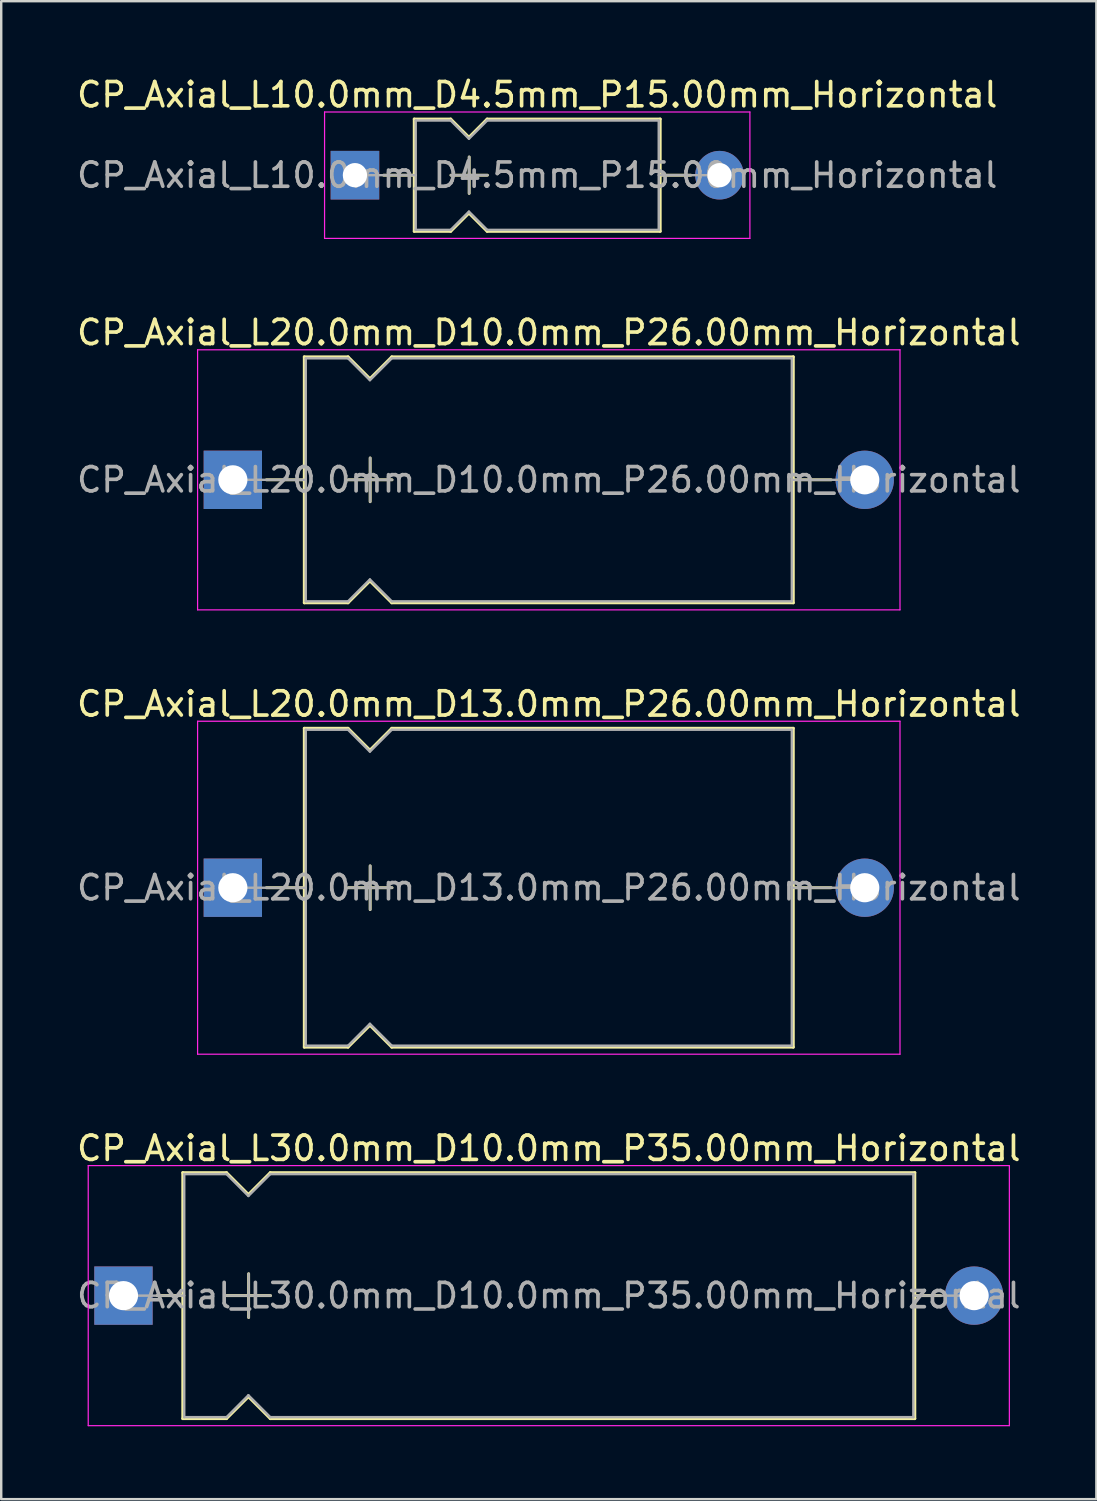
<source format=kicad_pcb>
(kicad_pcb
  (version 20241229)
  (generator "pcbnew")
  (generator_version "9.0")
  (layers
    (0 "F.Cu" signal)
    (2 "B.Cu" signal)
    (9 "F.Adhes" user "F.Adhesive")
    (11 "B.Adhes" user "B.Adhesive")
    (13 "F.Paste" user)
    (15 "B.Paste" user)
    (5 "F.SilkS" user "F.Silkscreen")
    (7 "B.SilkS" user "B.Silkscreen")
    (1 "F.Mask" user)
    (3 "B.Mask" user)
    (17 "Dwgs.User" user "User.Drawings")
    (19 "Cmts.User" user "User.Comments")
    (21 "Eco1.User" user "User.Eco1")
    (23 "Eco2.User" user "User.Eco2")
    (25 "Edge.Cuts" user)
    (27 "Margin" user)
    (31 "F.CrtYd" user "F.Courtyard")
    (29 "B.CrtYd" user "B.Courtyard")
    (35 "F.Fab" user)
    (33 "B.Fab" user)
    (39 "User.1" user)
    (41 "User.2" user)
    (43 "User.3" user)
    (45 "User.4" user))
  (footprint "CP_Axial_L30.0mm_D10.0mm_P35.00mm_Horizontal"
    (layer "F.Cu")
    (at 2.03 50.258)
    (property "Reference" "CP_Axial_L30.0mm_D10.0mm_P35.00mm_Horizontal" (at 17.5 -6.06 0) (layer "F.SilkS") (effects (font (size 1 1) (thickness 0.15))))
    (attr through_hole)
    (fp_line (start 1.38 0) (end 2.44 0) (stroke (width 0.12) (type solid)) (layer "F.SilkS"))
    (fp_line (start 2.44 -5.06) (end 2.44 5.06) (stroke (width 0.12) (type solid)) (layer "F.SilkS"))
    (fp_line (start 2.44 -5.06) (end 4.24 -5.06) (stroke (width 0.12) (type solid)) (layer "F.SilkS"))
    (fp_line (start 2.44 5.06) (end 4.24 5.06) (stroke (width 0.12) (type solid)) (layer "F.SilkS"))
    (fp_line (start 4.24 -5.06) (end 5.14 -4.16) (stroke (width 0.12) (type solid)) (layer "F.SilkS"))
    (fp_line (start 4.24 5.06) (end 5.14 4.16) (stroke (width 0.12) (type solid)) (layer "F.SilkS"))
    (fp_line (start 4.25 0) (end 6.05 0) (stroke (width 0.12) (type solid)) (layer "F.SilkS"))
    (fp_line (start 5.14 -4.16) (end 6.04 -5.06) (stroke (width 0.12) (type solid)) (layer "F.SilkS"))
    (fp_line (start 5.14 4.16) (end 6.04 5.06) (stroke (width 0.12) (type solid)) (layer "F.SilkS"))
    (fp_line (start 5.15 -0.9) (end 5.15 0.9) (stroke (width 0.12) (type solid)) (layer "F.SilkS"))
    (fp_line (start 6.04 -5.06) (end 32.56 -5.06) (stroke (width 0.12) (type solid)) (layer "F.SilkS"))
    (fp_line (start 6.04 5.06) (end 32.56 5.06) (stroke (width 0.12) (type solid)) (layer "F.SilkS"))
    (fp_line (start 32.56 -5.06) (end 32.56 5.06) (stroke (width 0.12) (type solid)) (layer "F.SilkS"))
    (fp_line (start 33.62 0) (end 32.56 0) (stroke (width 0.12) (type solid)) (layer "F.SilkS"))
    (fp_line (start -1.45 -5.35) (end -1.45 5.35) (stroke (width 0.05) (type solid)) (layer "F.CrtYd"))
    (fp_line (start -1.45 5.35) (end 36.45 5.35) (stroke (width 0.05) (type solid)) (layer "F.CrtYd"))
    (fp_line (start 36.45 -5.35) (end -1.45 -5.35) (stroke (width 0.05) (type solid)) (layer "F.CrtYd"))
    (fp_line (start 36.45 5.35) (end 36.45 -5.35) (stroke (width 0.05) (type solid)) (layer "F.CrtYd"))
    (fp_line (start 0 0) (end 2.5 0) (stroke (width 0.1) (type solid)) (layer "F.Fab"))
    (fp_line (start 2.5 -5) (end 2.5 5) (stroke (width 0.1) (type solid)) (layer "F.Fab"))
    (fp_line (start 2.5 -5) (end 4.24 -5) (stroke (width 0.1) (type solid)) (layer "F.Fab"))
    (fp_line (start 2.5 5) (end 4.24 5) (stroke (width 0.1) (type solid)) (layer "F.Fab"))
    (fp_line (start 4.24 -5) (end 5.14 -4.1) (stroke (width 0.1) (type solid)) (layer "F.Fab"))
    (fp_line (start 4.24 5) (end 5.14 4.1) (stroke (width 0.1) (type solid)) (layer "F.Fab"))
    (fp_line (start 4.25 0) (end 6.05 0) (stroke (width 0.1) (type solid)) (layer "F.Fab"))
    (fp_line (start 5.14 -4.1) (end 6.04 -5) (stroke (width 0.1) (type solid)) (layer "F.Fab"))
    (fp_line (start 5.14 4.1) (end 6.04 5) (stroke (width 0.1) (type solid)) (layer "F.Fab"))
    (fp_line (start 5.15 -0.9) (end 5.15 0.9) (stroke (width 0.1) (type solid)) (layer "F.Fab"))
    (fp_line (start 6.04 -5) (end 32.5 -5) (stroke (width 0.1) (type solid)) (layer "F.Fab"))
    (fp_line (start 6.04 5) (end 32.5 5) (stroke (width 0.1) (type solid)) (layer "F.Fab"))
    (fp_line (start 32.5 -5) (end 32.5 5) (stroke (width 0.1) (type solid)) (layer "F.Fab"))
    (fp_line (start 35 0) (end 32.5 0) (stroke (width 0.1) (type solid)) (layer "F.Fab"))
    (fp_text user "${REFERENCE}" (at 17.5 0 0) (layer "F.Fab") (effects (font (size 1 1) (thickness 0.15))))
    (pad "1" thru_hole rect (at 0 0) (size 2.4 2.4) (drill 1.2) (layers "*.Cu" "*.Mask"))
    (pad "2" thru_hole oval (at 35 0) (size 2.4 2.4) (drill 1.2) (layers "*.Cu" "*.Mask")))
  (footprint "CP_Axial_L10.0mm_D4.5mm_P15.00mm_Horizontal"
    (layer "F.Cu")
    (at 11.554 4.158)
    (property "Reference" "CP_Axial_L10.0mm_D4.5mm_P15.00mm_Horizontal" (at 7.5 -3.31 0) (layer "F.SilkS") (effects (font (size 1 1) (thickness 0.15))))
    (attr through_hole)
    (fp_line (start 1.18 0) (end 2.44 0) (stroke (width 0.12) (type solid)) (layer "F.SilkS"))
    (fp_line (start 2.44 -2.31) (end 2.44 2.31) (stroke (width 0.12) (type solid)) (layer "F.SilkS"))
    (fp_line (start 2.44 -2.31) (end 3.94 -2.31) (stroke (width 0.12) (type solid)) (layer "F.SilkS"))
    (fp_line (start 2.44 2.31) (end 3.94 2.31) (stroke (width 0.12) (type solid)) (layer "F.SilkS"))
    (fp_line (start 3.94 -2.31) (end 4.69 -1.56) (stroke (width 0.12) (type solid)) (layer "F.SilkS"))
    (fp_line (start 3.94 2.31) (end 4.69 1.56) (stroke (width 0.12) (type solid)) (layer "F.SilkS"))
    (fp_line (start 3.95 0) (end 5.45 0) (stroke (width 0.12) (type solid)) (layer "F.SilkS"))
    (fp_line (start 4.69 -1.56) (end 5.44 -2.31) (stroke (width 0.12) (type solid)) (layer "F.SilkS"))
    (fp_line (start 4.69 1.56) (end 5.44 2.31) (stroke (width 0.12) (type solid)) (layer "F.SilkS"))
    (fp_line (start 4.7 -0.75) (end 4.7 0.75) (stroke (width 0.12) (type solid)) (layer "F.SilkS"))
    (fp_line (start 5.44 -2.31) (end 12.56 -2.31) (stroke (width 0.12) (type solid)) (layer "F.SilkS"))
    (fp_line (start 5.44 2.31) (end 12.56 2.31) (stroke (width 0.12) (type solid)) (layer "F.SilkS"))
    (fp_line (start 12.56 -2.31) (end 12.56 2.31) (stroke (width 0.12) (type solid)) (layer "F.SilkS"))
    (fp_line (start 13.82 0) (end 12.56 0) (stroke (width 0.12) (type solid)) (layer "F.SilkS"))
    (fp_line (start -1.25 -2.6) (end -1.25 2.6) (stroke (width 0.05) (type solid)) (layer "F.CrtYd"))
    (fp_line (start -1.25 2.6) (end 16.25 2.6) (stroke (width 0.05) (type solid)) (layer "F.CrtYd"))
    (fp_line (start 16.25 -2.6) (end -1.25 -2.6) (stroke (width 0.05) (type solid)) (layer "F.CrtYd"))
    (fp_line (start 16.25 2.6) (end 16.25 -2.6) (stroke (width 0.05) (type solid)) (layer "F.CrtYd"))
    (fp_line (start 0 0) (end 2.5 0) (stroke (width 0.1) (type solid)) (layer "F.Fab"))
    (fp_line (start 2.5 -2.25) (end 2.5 2.25) (stroke (width 0.1) (type solid)) (layer "F.Fab"))
    (fp_line (start 2.5 -2.25) (end 3.94 -2.25) (stroke (width 0.1) (type solid)) (layer "F.Fab"))
    (fp_line (start 2.5 2.25) (end 3.94 2.25) (stroke (width 0.1) (type solid)) (layer "F.Fab"))
    (fp_line (start 3.94 -2.25) (end 4.69 -1.5) (stroke (width 0.1) (type solid)) (layer "F.Fab"))
    (fp_line (start 3.94 2.25) (end 4.69 1.5) (stroke (width 0.1) (type solid)) (layer "F.Fab"))
    (fp_line (start 3.95 0) (end 5.45 0) (stroke (width 0.1) (type solid)) (layer "F.Fab"))
    (fp_line (start 4.69 -1.5) (end 5.44 -2.25) (stroke (width 0.1) (type solid)) (layer "F.Fab"))
    (fp_line (start 4.69 1.5) (end 5.44 2.25) (stroke (width 0.1) (type solid)) (layer "F.Fab"))
    (fp_line (start 4.7 -0.75) (end 4.7 0.75) (stroke (width 0.1) (type solid)) (layer "F.Fab"))
    (fp_line (start 5.44 -2.25) (end 12.5 -2.25) (stroke (width 0.1) (type solid)) (layer "F.Fab"))
    (fp_line (start 5.44 2.25) (end 12.5 2.25) (stroke (width 0.1) (type solid)) (layer "F.Fab"))
    (fp_line (start 12.5 -2.25) (end 12.5 2.25) (stroke (width 0.1) (type solid)) (layer "F.Fab"))
    (fp_line (start 15 0) (end 12.5 0) (stroke (width 0.1) (type solid)) (layer "F.Fab"))
    (fp_text user "${REFERENCE}" (at 7.5 0 0) (layer "F.Fab") (effects (font (size 1 1) (thickness 0.15))))
    (pad "1" thru_hole rect (at 0 0) (size 2 2) (drill 1) (layers "*.Cu" "*.Mask"))
    (pad "2" thru_hole oval (at 15 0) (size 2 2) (drill 1) (layers "*.Cu" "*.Mask")))
  (footprint "CP_Axial_L20.0mm_D13.0mm_P26.00mm_Horizontal"
    (layer "F.Cu")
    (at 6.53 33.475)
    (property "Reference" "CP_Axial_L20.0mm_D13.0mm_P26.00mm_Horizontal" (at 13 -7.56 0) (layer "F.SilkS") (effects (font (size 1 1) (thickness 0.15))))
    (attr through_hole)
    (fp_line (start 1.38 0) (end 2.94 0) (stroke (width 0.12) (type solid)) (layer "F.SilkS"))
    (fp_line (start 2.94 -6.56) (end 2.94 6.56) (stroke (width 0.12) (type solid)) (layer "F.SilkS"))
    (fp_line (start 2.94 -6.56) (end 4.74 -6.56) (stroke (width 0.12) (type solid)) (layer "F.SilkS"))
    (fp_line (start 2.94 6.56) (end 4.74 6.56) (stroke (width 0.12) (type solid)) (layer "F.SilkS"))
    (fp_line (start 4.74 -6.56) (end 5.64 -5.66) (stroke (width 0.12) (type solid)) (layer "F.SilkS"))
    (fp_line (start 4.74 6.56) (end 5.64 5.66) (stroke (width 0.12) (type solid)) (layer "F.SilkS"))
    (fp_line (start 4.75 0) (end 6.55 0) (stroke (width 0.12) (type solid)) (layer "F.SilkS"))
    (fp_line (start 5.64 -5.66) (end 6.54 -6.56) (stroke (width 0.12) (type solid)) (layer "F.SilkS"))
    (fp_line (start 5.64 5.66) (end 6.54 6.56) (stroke (width 0.12) (type solid)) (layer "F.SilkS"))
    (fp_line (start 5.65 -0.9) (end 5.65 0.9) (stroke (width 0.12) (type solid)) (layer "F.SilkS"))
    (fp_line (start 6.54 -6.56) (end 23.06 -6.56) (stroke (width 0.12) (type solid)) (layer "F.SilkS"))
    (fp_line (start 6.54 6.56) (end 23.06 6.56) (stroke (width 0.12) (type solid)) (layer "F.SilkS"))
    (fp_line (start 23.06 -6.56) (end 23.06 6.56) (stroke (width 0.12) (type solid)) (layer "F.SilkS"))
    (fp_line (start 24.62 0) (end 23.06 0) (stroke (width 0.12) (type solid)) (layer "F.SilkS"))
    (fp_line (start -1.45 -6.85) (end -1.45 6.85) (stroke (width 0.05) (type solid)) (layer "F.CrtYd"))
    (fp_line (start -1.45 6.85) (end 27.45 6.85) (stroke (width 0.05) (type solid)) (layer "F.CrtYd"))
    (fp_line (start 27.45 -6.85) (end -1.45 -6.85) (stroke (width 0.05) (type solid)) (layer "F.CrtYd"))
    (fp_line (start 27.45 6.85) (end 27.45 -6.85) (stroke (width 0.05) (type solid)) (layer "F.CrtYd"))
    (fp_line (start 0 0) (end 3 0) (stroke (width 0.1) (type solid)) (layer "F.Fab"))
    (fp_line (start 3 -6.5) (end 3 6.5) (stroke (width 0.1) (type solid)) (layer "F.Fab"))
    (fp_line (start 3 -6.5) (end 4.74 -6.5) (stroke (width 0.1) (type solid)) (layer "F.Fab"))
    (fp_line (start 3 6.5) (end 4.74 6.5) (stroke (width 0.1) (type solid)) (layer "F.Fab"))
    (fp_line (start 4.74 -6.5) (end 5.64 -5.6) (stroke (width 0.1) (type solid)) (layer "F.Fab"))
    (fp_line (start 4.74 6.5) (end 5.64 5.6) (stroke (width 0.1) (type solid)) (layer "F.Fab"))
    (fp_line (start 4.75 0) (end 6.55 0) (stroke (width 0.1) (type solid)) (layer "F.Fab"))
    (fp_line (start 5.64 -5.6) (end 6.54 -6.5) (stroke (width 0.1) (type solid)) (layer "F.Fab"))
    (fp_line (start 5.64 5.6) (end 6.54 6.5) (stroke (width 0.1) (type solid)) (layer "F.Fab"))
    (fp_line (start 5.65 -0.9) (end 5.65 0.9) (stroke (width 0.1) (type solid)) (layer "F.Fab"))
    (fp_line (start 6.54 -6.5) (end 23 -6.5) (stroke (width 0.1) (type solid)) (layer "F.Fab"))
    (fp_line (start 6.54 6.5) (end 23 6.5) (stroke (width 0.1) (type solid)) (layer "F.Fab"))
    (fp_line (start 23 -6.5) (end 23 6.5) (stroke (width 0.1) (type solid)) (layer "F.Fab"))
    (fp_line (start 26 0) (end 23 0) (stroke (width 0.1) (type solid)) (layer "F.Fab"))
    (fp_text user "${REFERENCE}" (at 13 0 0) (layer "F.Fab") (effects (font (size 1 1) (thickness 0.15))))
    (pad "1" thru_hole rect (at 0 0) (size 2.4 2.4) (drill 1.2) (layers "*.Cu" "*.Mask"))
    (pad "2" thru_hole oval (at 26 0) (size 2.4 2.4) (drill 1.2) (layers "*.Cu" "*.Mask")))
  (footprint "CP_Axial_L20.0mm_D10.0mm_P26.00mm_Horizontal"
    (layer "F.Cu")
    (at 6.53 16.692)
    (property "Reference" "CP_Axial_L20.0mm_D10.0mm_P26.00mm_Horizontal" (at 13 -6.06 0) (layer "F.SilkS") (effects (font (size 1 1) (thickness 0.15))))
    (attr through_hole)
    (fp_line (start 1.38 0) (end 2.94 0) (stroke (width 0.12) (type solid)) (layer "F.SilkS"))
    (fp_line (start 2.94 -5.06) (end 2.94 5.06) (stroke (width 0.12) (type solid)) (layer "F.SilkS"))
    (fp_line (start 2.94 -5.06) (end 4.74 -5.06) (stroke (width 0.12) (type solid)) (layer "F.SilkS"))
    (fp_line (start 2.94 5.06) (end 4.74 5.06) (stroke (width 0.12) (type solid)) (layer "F.SilkS"))
    (fp_line (start 4.74 -5.06) (end 5.64 -4.16) (stroke (width 0.12) (type solid)) (layer "F.SilkS"))
    (fp_line (start 4.74 5.06) (end 5.64 4.16) (stroke (width 0.12) (type solid)) (layer "F.SilkS"))
    (fp_line (start 4.75 0) (end 6.55 0) (stroke (width 0.12) (type solid)) (layer "F.SilkS"))
    (fp_line (start 5.64 -4.16) (end 6.54 -5.06) (stroke (width 0.12) (type solid)) (layer "F.SilkS"))
    (fp_line (start 5.64 4.16) (end 6.54 5.06) (stroke (width 0.12) (type solid)) (layer "F.SilkS"))
    (fp_line (start 5.65 -0.9) (end 5.65 0.9) (stroke (width 0.12) (type solid)) (layer "F.SilkS"))
    (fp_line (start 6.54 -5.06) (end 23.06 -5.06) (stroke (width 0.12) (type solid)) (layer "F.SilkS"))
    (fp_line (start 6.54 5.06) (end 23.06 5.06) (stroke (width 0.12) (type solid)) (layer "F.SilkS"))
    (fp_line (start 23.06 -5.06) (end 23.06 5.06) (stroke (width 0.12) (type solid)) (layer "F.SilkS"))
    (fp_line (start 24.62 0) (end 23.06 0) (stroke (width 0.12) (type solid)) (layer "F.SilkS"))
    (fp_line (start -1.45 -5.35) (end -1.45 5.35) (stroke (width 0.05) (type solid)) (layer "F.CrtYd"))
    (fp_line (start -1.45 5.35) (end 27.45 5.35) (stroke (width 0.05) (type solid)) (layer "F.CrtYd"))
    (fp_line (start 27.45 -5.35) (end -1.45 -5.35) (stroke (width 0.05) (type solid)) (layer "F.CrtYd"))
    (fp_line (start 27.45 5.35) (end 27.45 -5.35) (stroke (width 0.05) (type solid)) (layer "F.CrtYd"))
    (fp_line (start 0 0) (end 3 0) (stroke (width 0.1) (type solid)) (layer "F.Fab"))
    (fp_line (start 3 -5) (end 3 5) (stroke (width 0.1) (type solid)) (layer "F.Fab"))
    (fp_line (start 3 -5) (end 4.74 -5) (stroke (width 0.1) (type solid)) (layer "F.Fab"))
    (fp_line (start 3 5) (end 4.74 5) (stroke (width 0.1) (type solid)) (layer "F.Fab"))
    (fp_line (start 4.74 -5) (end 5.64 -4.1) (stroke (width 0.1) (type solid)) (layer "F.Fab"))
    (fp_line (start 4.74 5) (end 5.64 4.1) (stroke (width 0.1) (type solid)) (layer "F.Fab"))
    (fp_line (start 4.75 0) (end 6.55 0) (stroke (width 0.1) (type solid)) (layer "F.Fab"))
    (fp_line (start 5.64 -4.1) (end 6.54 -5) (stroke (width 0.1) (type solid)) (layer "F.Fab"))
    (fp_line (start 5.64 4.1) (end 6.54 5) (stroke (width 0.1) (type solid)) (layer "F.Fab"))
    (fp_line (start 5.65 -0.9) (end 5.65 0.9) (stroke (width 0.1) (type solid)) (layer "F.Fab"))
    (fp_line (start 6.54 -5) (end 23 -5) (stroke (width 0.1) (type solid)) (layer "F.Fab"))
    (fp_line (start 6.54 5) (end 23 5) (stroke (width 0.1) (type solid)) (layer "F.Fab"))
    (fp_line (start 23 -5) (end 23 5) (stroke (width 0.1) (type solid)) (layer "F.Fab"))
    (fp_line (start 26 0) (end 23 0) (stroke (width 0.1) (type solid)) (layer "F.Fab"))
    (fp_text user "${REFERENCE}" (at 13 0 0) (layer "F.Fab") (effects (font (size 1 1) (thickness 0.15))))
    (pad "1" thru_hole rect (at 0 0) (size 2.4 2.4) (drill 1.2) (layers "*.Cu" "*.Mask"))
    (pad "2" thru_hole oval (at 26 0) (size 2.4 2.4) (drill 1.2) (layers "*.Cu" "*.Mask")))
  (gr_rect
    (start -3 -3)
    (end 42.06 58.633)
    (stroke (width 0.1) (type default))
    (fill no)
    (layer "Edge.Cuts")))
</source>
